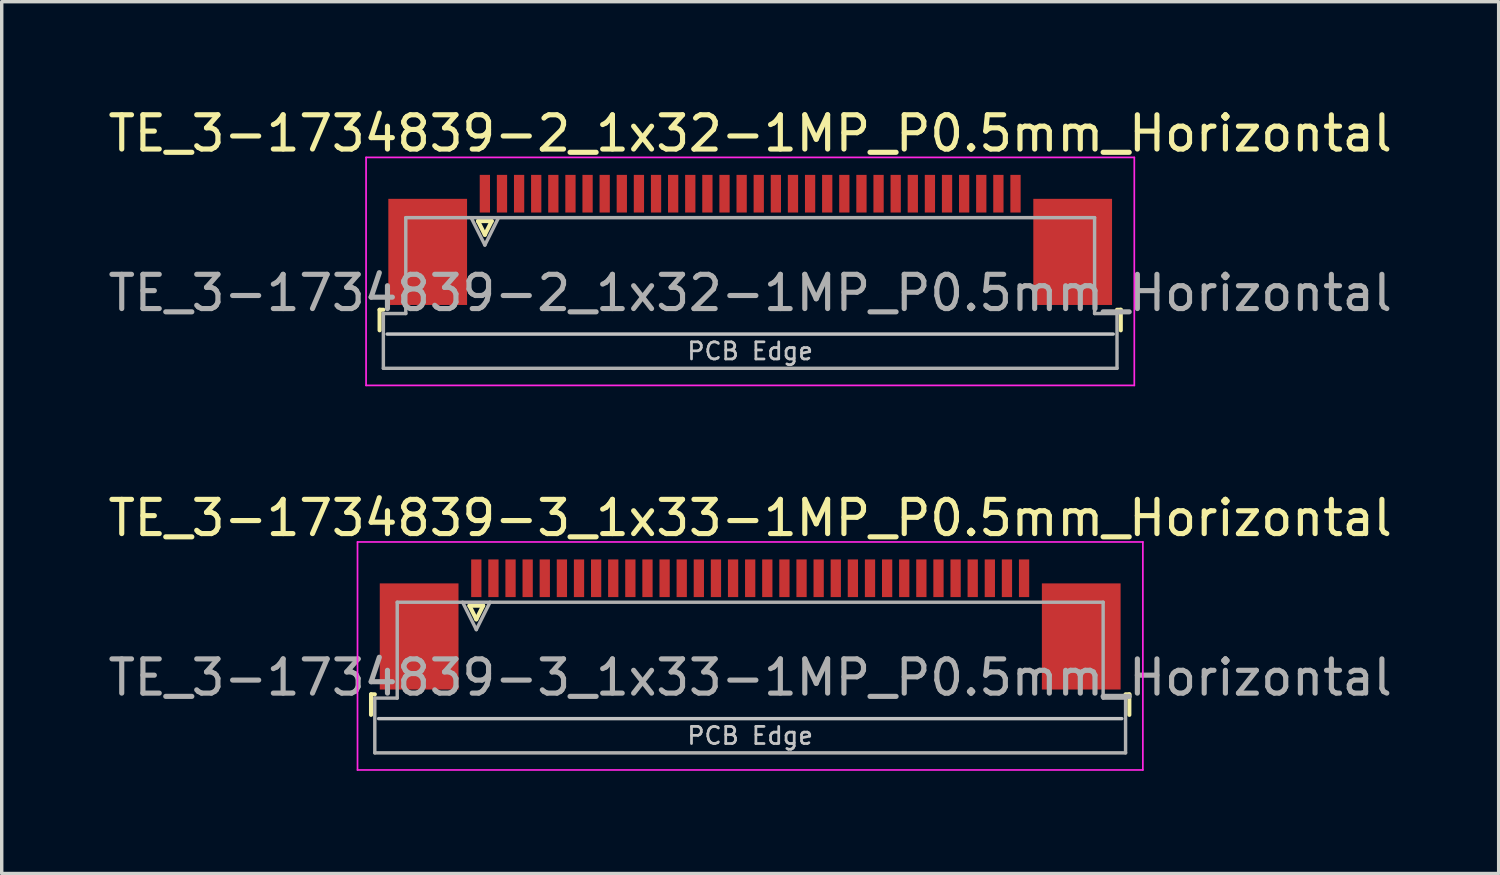
<source format=kicad_pcb>
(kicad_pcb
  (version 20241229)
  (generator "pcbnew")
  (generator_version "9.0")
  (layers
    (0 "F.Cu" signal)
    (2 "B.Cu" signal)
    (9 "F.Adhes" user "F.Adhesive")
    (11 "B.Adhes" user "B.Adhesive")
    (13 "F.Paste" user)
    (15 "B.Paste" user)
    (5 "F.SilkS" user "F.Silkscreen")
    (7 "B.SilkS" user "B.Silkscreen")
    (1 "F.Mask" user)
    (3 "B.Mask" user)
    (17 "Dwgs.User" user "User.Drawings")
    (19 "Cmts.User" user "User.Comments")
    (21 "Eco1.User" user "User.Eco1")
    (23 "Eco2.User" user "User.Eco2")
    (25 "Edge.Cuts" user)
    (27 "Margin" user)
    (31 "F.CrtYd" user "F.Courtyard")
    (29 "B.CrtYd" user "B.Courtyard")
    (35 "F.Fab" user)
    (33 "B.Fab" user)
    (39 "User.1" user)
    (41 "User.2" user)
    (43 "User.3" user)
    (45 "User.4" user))
  (footprint "TE_3-1734839-2_1x32-1MP_P0.5mm_Horizontal"
    (layer "F.Cu")
    (at 18.863 3.958)
    (property "Reference" "TE_3-1734839-2_1x32-1MP_P0.5mm_Horizontal" (at 0 -3.11 0) (layer "F.SilkS") (effects (font (size 1 1) (thickness 0.15))))
    (attr smd)
    (fp_line (start -10.825 2.04) (end -10.825 2.64) (stroke (width 0.12) (type solid)) (layer "F.SilkS"))
    (fp_line (start -10.715 2.04) (end -10.825 2.04) (stroke (width 0.12) (type solid)) (layer "F.SilkS"))
    (fp_line (start -7.95 -0.55) (end -7.75 -0.15) (stroke (width 0.12) (type solid)) (layer "F.SilkS"))
    (fp_line (start -7.75 -0.15) (end -7.55 -0.55) (stroke (width 0.12) (type solid)) (layer "F.SilkS"))
    (fp_line (start -7.55 -0.55) (end -7.95 -0.55) (stroke (width 0.12) (type solid)) (layer "F.SilkS"))
    (fp_line (start 10.715 2.04) (end 10.825 2.04) (stroke (width 0.12) (type solid)) (layer "F.SilkS"))
    (fp_line (start 10.825 2.04) (end 10.825 2.64) (stroke (width 0.12) (type solid)) (layer "F.SilkS"))
    (fp_line (start 10.605 2.75) (end -10.605 2.75) (stroke (width 0.1) (type solid)) (layer "Dwgs.User"))
    (fp_line (start -11.22 -2.41) (end -11.22 4.25) (stroke (width 0.05) (type solid)) (layer "F.CrtYd"))
    (fp_line (start -11.22 4.25) (end 11.22 4.25) (stroke (width 0.05) (type solid)) (layer "F.CrtYd"))
    (fp_line (start 11.22 -2.41) (end -11.22 -2.41) (stroke (width 0.05) (type solid)) (layer "F.CrtYd"))
    (fp_line (start 11.22 4.25) (end 11.22 -2.41) (stroke (width 0.05) (type solid)) (layer "F.CrtYd"))
    (fp_line (start -10.715 2.15) (end -10.06 2.15) (stroke (width 0.1) (type solid)) (layer "F.Fab"))
    (fp_line (start -10.715 3.75) (end -10.715 2.15) (stroke (width 0.1) (type solid)) (layer "F.Fab"))
    (fp_line (start -10.06 -0.65) (end 10.06 -0.65) (stroke (width 0.1) (type solid)) (layer "F.Fab"))
    (fp_line (start -10.06 2.15) (end -10.06 -0.65) (stroke (width 0.1) (type solid)) (layer "F.Fab"))
    (fp_line (start -8.15 -0.65) (end -7.75 0.15) (stroke (width 0.1) (type solid)) (layer "F.Fab"))
    (fp_line (start -7.75 0.15) (end -7.35 -0.65) (stroke (width 0.1) (type solid)) (layer "F.Fab"))
    (fp_line (start 10.06 -0.65) (end 10.06 2.15) (stroke (width 0.1) (type solid)) (layer "F.Fab"))
    (fp_line (start 10.06 2.15) (end 10.715 2.15) (stroke (width 0.1) (type solid)) (layer "F.Fab"))
    (fp_line (start 10.715 2.15) (end 10.715 3.75) (stroke (width 0.1) (type solid)) (layer "F.Fab"))
    (fp_line (start 10.715 3.75) (end -10.715 3.75) (stroke (width 0.1) (type solid)) (layer "F.Fab"))
    (fp_text user "PCB Edge" (at 0 3.25 0) (layer "Dwgs.User") (effects (font (size 0.5 0.5) (thickness 0.08))))
    (fp_text user "${REFERENCE}" (at 0 1.55 0) (layer "F.Fab") (effects (font (size 1 1) (thickness 0.15))))
    (pad "1" smd rect (at -7.75 -1.35) (size 0.3 1.1) (layers "F.Cu" "F.Mask" "F.Paste"))
    (pad "2" smd rect (at -7.25 -1.35) (size 0.3 1.1) (layers "F.Cu" "F.Mask" "F.Paste"))
    (pad "3" smd rect (at -6.75 -1.35) (size 0.3 1.1) (layers "F.Cu" "F.Mask" "F.Paste"))
    (pad "4" smd rect (at -6.25 -1.35) (size 0.3 1.1) (layers "F.Cu" "F.Mask" "F.Paste"))
    (pad "5" smd rect (at -5.75 -1.35) (size 0.3 1.1) (layers "F.Cu" "F.Mask" "F.Paste"))
    (pad "6" smd rect (at -5.25 -1.35) (size 0.3 1.1) (layers "F.Cu" "F.Mask" "F.Paste"))
    (pad "7" smd rect (at -4.75 -1.35) (size 0.3 1.1) (layers "F.Cu" "F.Mask" "F.Paste"))
    (pad "8" smd rect (at -4.25 -1.35) (size 0.3 1.1) (layers "F.Cu" "F.Mask" "F.Paste"))
    (pad "9" smd rect (at -3.75 -1.35) (size 0.3 1.1) (layers "F.Cu" "F.Mask" "F.Paste"))
    (pad "10" smd rect (at -3.25 -1.35) (size 0.3 1.1) (layers "F.Cu" "F.Mask" "F.Paste"))
    (pad "11" smd rect (at -2.75 -1.35) (size 0.3 1.1) (layers "F.Cu" "F.Mask" "F.Paste"))
    (pad "12" smd rect (at -2.25 -1.35) (size 0.3 1.1) (layers "F.Cu" "F.Mask" "F.Paste"))
    (pad "13" smd rect (at -1.75 -1.35) (size 0.3 1.1) (layers "F.Cu" "F.Mask" "F.Paste"))
    (pad "14" smd rect (at -1.25 -1.35) (size 0.3 1.1) (layers "F.Cu" "F.Mask" "F.Paste"))
    (pad "15" smd rect (at -0.75 -1.35) (size 0.3 1.1) (layers "F.Cu" "F.Mask" "F.Paste"))
    (pad "16" smd rect (at -0.25 -1.35) (size 0.3 1.1) (layers "F.Cu" "F.Mask" "F.Paste"))
    (pad "17" smd rect (at 0.25 -1.35) (size 0.3 1.1) (layers "F.Cu" "F.Mask" "F.Paste"))
    (pad "18" smd rect (at 0.75 -1.35) (size 0.3 1.1) (layers "F.Cu" "F.Mask" "F.Paste"))
    (pad "19" smd rect (at 1.25 -1.35) (size 0.3 1.1) (layers "F.Cu" "F.Mask" "F.Paste"))
    (pad "20" smd rect (at 1.75 -1.35) (size 0.3 1.1) (layers "F.Cu" "F.Mask" "F.Paste"))
    (pad "21" smd rect (at 2.25 -1.35) (size 0.3 1.1) (layers "F.Cu" "F.Mask" "F.Paste"))
    (pad "22" smd rect (at 2.75 -1.35) (size 0.3 1.1) (layers "F.Cu" "F.Mask" "F.Paste"))
    (pad "23" smd rect (at 3.25 -1.35) (size 0.3 1.1) (layers "F.Cu" "F.Mask" "F.Paste"))
    (pad "24" smd rect (at 3.75 -1.35) (size 0.3 1.1) (layers "F.Cu" "F.Mask" "F.Paste"))
    (pad "25" smd rect (at 4.25 -1.35) (size 0.3 1.1) (layers "F.Cu" "F.Mask" "F.Paste"))
    (pad "26" smd rect (at 4.75 -1.35) (size 0.3 1.1) (layers "F.Cu" "F.Mask" "F.Paste"))
    (pad "27" smd rect (at 5.25 -1.35) (size 0.3 1.1) (layers "F.Cu" "F.Mask" "F.Paste"))
    (pad "28" smd rect (at 5.75 -1.35) (size 0.3 1.1) (layers "F.Cu" "F.Mask" "F.Paste"))
    (pad "29" smd rect (at 6.25 -1.35) (size 0.3 1.1) (layers "F.Cu" "F.Mask" "F.Paste"))
    (pad "30" smd rect (at 6.75 -1.35) (size 0.3 1.1) (layers "F.Cu" "F.Mask" "F.Paste"))
    (pad "31" smd rect (at 7.25 -1.35) (size 0.3 1.1) (layers "F.Cu" "F.Mask" "F.Paste"))
    (pad "32" smd rect (at 7.75 -1.35) (size 0.3 1.1) (layers "F.Cu" "F.Mask" "F.Paste"))
    (pad "MP" smd rect (at -9.42 0.35) (size 2.3 3.1) (layers "F.Cu" "F.Mask" "F.Paste"))
    (pad "MP" smd rect (at 9.42 0.35) (size 2.3 3.1) (layers "F.Cu" "F.Mask" "F.Paste")))
  (footprint "TE_3-1734839-3_1x33-1MP_P0.5mm_Horizontal"
    (layer "F.Cu")
    (at 18.863 15.191)
    (property "Reference" "TE_3-1734839-3_1x33-1MP_P0.5mm_Horizontal" (at 0 -3.11 0) (layer "F.SilkS") (effects (font (size 1 1) (thickness 0.15))))
    (attr smd)
    (fp_line (start -11.075 2.04) (end -11.075 2.64) (stroke (width 0.12) (type solid)) (layer "F.SilkS"))
    (fp_line (start -10.965 2.04) (end -11.075 2.04) (stroke (width 0.12) (type solid)) (layer "F.SilkS"))
    (fp_line (start -8.2 -0.55) (end -8 -0.15) (stroke (width 0.12) (type solid)) (layer "F.SilkS"))
    (fp_line (start -8 -0.15) (end -7.8 -0.55) (stroke (width 0.12) (type solid)) (layer "F.SilkS"))
    (fp_line (start -7.8 -0.55) (end -8.2 -0.55) (stroke (width 0.12) (type solid)) (layer "F.SilkS"))
    (fp_line (start 10.965 2.04) (end 11.075 2.04) (stroke (width 0.12) (type solid)) (layer "F.SilkS"))
    (fp_line (start 11.075 2.04) (end 11.075 2.64) (stroke (width 0.12) (type solid)) (layer "F.SilkS"))
    (fp_line (start 10.855 2.75) (end -10.855 2.75) (stroke (width 0.1) (type solid)) (layer "Dwgs.User"))
    (fp_line (start -11.47 -2.41) (end -11.47 4.25) (stroke (width 0.05) (type solid)) (layer "F.CrtYd"))
    (fp_line (start -11.47 4.25) (end 11.47 4.25) (stroke (width 0.05) (type solid)) (layer "F.CrtYd"))
    (fp_line (start 11.47 -2.41) (end -11.47 -2.41) (stroke (width 0.05) (type solid)) (layer "F.CrtYd"))
    (fp_line (start 11.47 4.25) (end 11.47 -2.41) (stroke (width 0.05) (type solid)) (layer "F.CrtYd"))
    (fp_line (start -10.965 2.15) (end -10.31 2.15) (stroke (width 0.1) (type solid)) (layer "F.Fab"))
    (fp_line (start -10.965 3.75) (end -10.965 2.15) (stroke (width 0.1) (type solid)) (layer "F.Fab"))
    (fp_line (start -10.31 -0.65) (end 10.31 -0.65) (stroke (width 0.1) (type solid)) (layer "F.Fab"))
    (fp_line (start -10.31 2.15) (end -10.31 -0.65) (stroke (width 0.1) (type solid)) (layer "F.Fab"))
    (fp_line (start -8.4 -0.65) (end -8 0.15) (stroke (width 0.1) (type solid)) (layer "F.Fab"))
    (fp_line (start -8 0.15) (end -7.6 -0.65) (stroke (width 0.1) (type solid)) (layer "F.Fab"))
    (fp_line (start 10.31 -0.65) (end 10.31 2.15) (stroke (width 0.1) (type solid)) (layer "F.Fab"))
    (fp_line (start 10.31 2.15) (end 10.965 2.15) (stroke (width 0.1) (type solid)) (layer "F.Fab"))
    (fp_line (start 10.965 2.15) (end 10.965 3.75) (stroke (width 0.1) (type solid)) (layer "F.Fab"))
    (fp_line (start 10.965 3.75) (end -10.965 3.75) (stroke (width 0.1) (type solid)) (layer "F.Fab"))
    (fp_text user "PCB Edge" (at 0 3.25 0) (layer "Dwgs.User") (effects (font (size 0.5 0.5) (thickness 0.08))))
    (fp_text user "${REFERENCE}" (at 0 1.55 0) (layer "F.Fab") (effects (font (size 1 1) (thickness 0.15))))
    (pad "1" smd rect (at -8 -1.35) (size 0.3 1.1) (layers "F.Cu" "F.Mask" "F.Paste"))
    (pad "2" smd rect (at -7.5 -1.35) (size 0.3 1.1) (layers "F.Cu" "F.Mask" "F.Paste"))
    (pad "3" smd rect (at -7 -1.35) (size 0.3 1.1) (layers "F.Cu" "F.Mask" "F.Paste"))
    (pad "4" smd rect (at -6.5 -1.35) (size 0.3 1.1) (layers "F.Cu" "F.Mask" "F.Paste"))
    (pad "5" smd rect (at -6 -1.35) (size 0.3 1.1) (layers "F.Cu" "F.Mask" "F.Paste"))
    (pad "6" smd rect (at -5.5 -1.35) (size 0.3 1.1) (layers "F.Cu" "F.Mask" "F.Paste"))
    (pad "7" smd rect (at -5 -1.35) (size 0.3 1.1) (layers "F.Cu" "F.Mask" "F.Paste"))
    (pad "8" smd rect (at -4.5 -1.35) (size 0.3 1.1) (layers "F.Cu" "F.Mask" "F.Paste"))
    (pad "9" smd rect (at -4 -1.35) (size 0.3 1.1) (layers "F.Cu" "F.Mask" "F.Paste"))
    (pad "10" smd rect (at -3.5 -1.35) (size 0.3 1.1) (layers "F.Cu" "F.Mask" "F.Paste"))
    (pad "11" smd rect (at -3 -1.35) (size 0.3 1.1) (layers "F.Cu" "F.Mask" "F.Paste"))
    (pad "12" smd rect (at -2.5 -1.35) (size 0.3 1.1) (layers "F.Cu" "F.Mask" "F.Paste"))
    (pad "13" smd rect (at -2 -1.35) (size 0.3 1.1) (layers "F.Cu" "F.Mask" "F.Paste"))
    (pad "14" smd rect (at -1.5 -1.35) (size 0.3 1.1) (layers "F.Cu" "F.Mask" "F.Paste"))
    (pad "15" smd rect (at -1 -1.35) (size 0.3 1.1) (layers "F.Cu" "F.Mask" "F.Paste"))
    (pad "16" smd rect (at -0.5 -1.35) (size 0.3 1.1) (layers "F.Cu" "F.Mask" "F.Paste"))
    (pad "17" smd rect (at 0 -1.35) (size 0.3 1.1) (layers "F.Cu" "F.Mask" "F.Paste"))
    (pad "18" smd rect (at 0.5 -1.35) (size 0.3 1.1) (layers "F.Cu" "F.Mask" "F.Paste"))
    (pad "19" smd rect (at 1 -1.35) (size 0.3 1.1) (layers "F.Cu" "F.Mask" "F.Paste"))
    (pad "20" smd rect (at 1.5 -1.35) (size 0.3 1.1) (layers "F.Cu" "F.Mask" "F.Paste"))
    (pad "21" smd rect (at 2 -1.35) (size 0.3 1.1) (layers "F.Cu" "F.Mask" "F.Paste"))
    (pad "22" smd rect (at 2.5 -1.35) (size 0.3 1.1) (layers "F.Cu" "F.Mask" "F.Paste"))
    (pad "23" smd rect (at 3 -1.35) (size 0.3 1.1) (layers "F.Cu" "F.Mask" "F.Paste"))
    (pad "24" smd rect (at 3.5 -1.35) (size 0.3 1.1) (layers "F.Cu" "F.Mask" "F.Paste"))
    (pad "25" smd rect (at 4 -1.35) (size 0.3 1.1) (layers "F.Cu" "F.Mask" "F.Paste"))
    (pad "26" smd rect (at 4.5 -1.35) (size 0.3 1.1) (layers "F.Cu" "F.Mask" "F.Paste"))
    (pad "27" smd rect (at 5 -1.35) (size 0.3 1.1) (layers "F.Cu" "F.Mask" "F.Paste"))
    (pad "28" smd rect (at 5.5 -1.35) (size 0.3 1.1) (layers "F.Cu" "F.Mask" "F.Paste"))
    (pad "29" smd rect (at 6 -1.35) (size 0.3 1.1) (layers "F.Cu" "F.Mask" "F.Paste"))
    (pad "30" smd rect (at 6.5 -1.35) (size 0.3 1.1) (layers "F.Cu" "F.Mask" "F.Paste"))
    (pad "31" smd rect (at 7 -1.35) (size 0.3 1.1) (layers "F.Cu" "F.Mask" "F.Paste"))
    (pad "32" smd rect (at 7.5 -1.35) (size 0.3 1.1) (layers "F.Cu" "F.Mask" "F.Paste"))
    (pad "33" smd rect (at 8 -1.35) (size 0.3 1.1) (layers "F.Cu" "F.Mask" "F.Paste"))
    (pad "MP" smd rect (at -9.67 0.35) (size 2.3 3.1) (layers "F.Cu" "F.Mask" "F.Paste"))
    (pad "MP" smd rect (at 9.67 0.35) (size 2.3 3.1) (layers "F.Cu" "F.Mask" "F.Paste")))
  (gr_rect
    (start -3 -3)
    (end 40.726 22.466)
    (stroke (width 0.1) (type default))
    (fill no)
    (layer "Edge.Cuts")))
</source>
